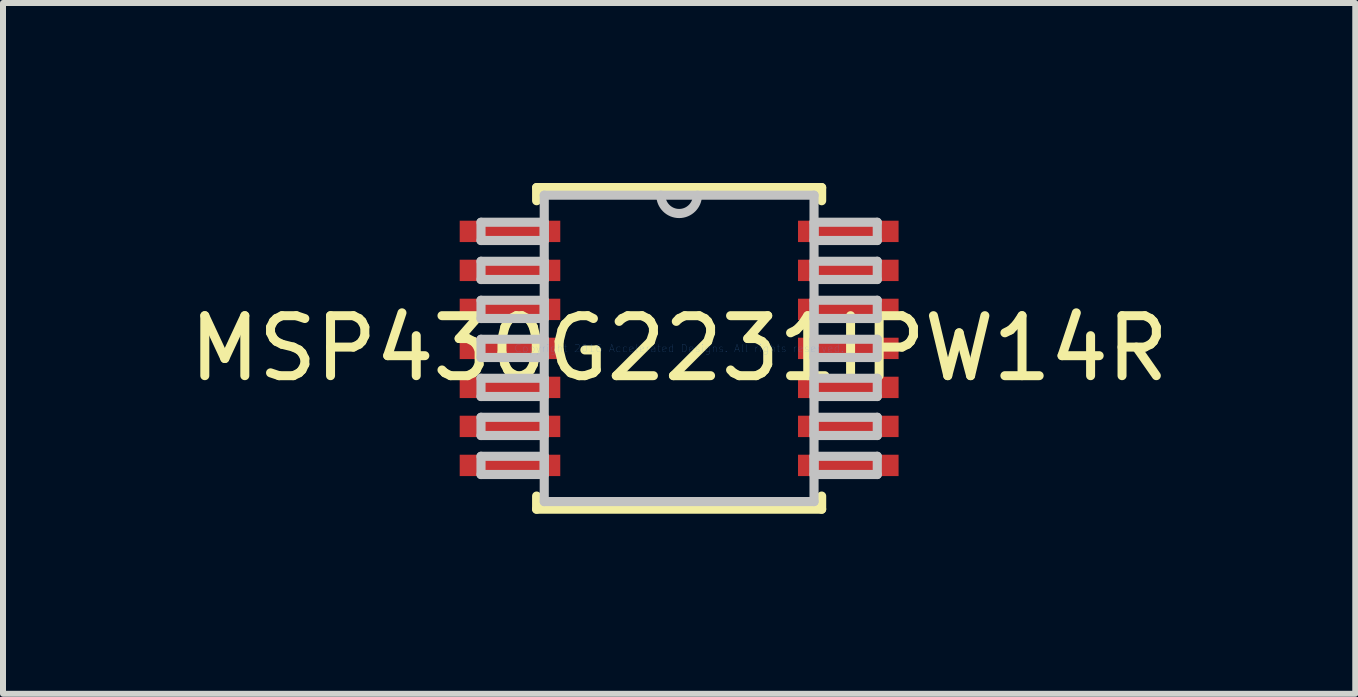
<source format=kicad_pcb>
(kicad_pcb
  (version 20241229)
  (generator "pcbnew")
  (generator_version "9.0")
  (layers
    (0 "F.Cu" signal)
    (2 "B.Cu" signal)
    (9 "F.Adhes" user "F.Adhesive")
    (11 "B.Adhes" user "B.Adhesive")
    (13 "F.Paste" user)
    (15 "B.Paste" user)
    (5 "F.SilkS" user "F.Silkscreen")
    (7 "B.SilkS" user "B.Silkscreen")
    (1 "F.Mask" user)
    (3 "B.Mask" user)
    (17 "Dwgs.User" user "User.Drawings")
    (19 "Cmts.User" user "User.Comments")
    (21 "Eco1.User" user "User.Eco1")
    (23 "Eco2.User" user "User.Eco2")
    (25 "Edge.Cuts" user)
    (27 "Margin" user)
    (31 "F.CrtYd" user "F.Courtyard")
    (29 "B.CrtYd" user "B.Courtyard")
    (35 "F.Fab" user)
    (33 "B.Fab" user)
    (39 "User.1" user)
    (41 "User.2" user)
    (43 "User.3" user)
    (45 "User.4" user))
  (footprint "MSP430G2231IPW14R"
    (layer "F.Cu")
    (at 8.268 2.756)
    (property "Reference" "MSP430G2231IPW14R" (at 0 0 0) (layer "F.SilkS") (effects (font (size 1 1) (thickness 0.15))))
    (attr through_hole)
    (fp_line (start -2.375 -2.68) (end -2.375 -2.461) (stroke (width 0.152) (type solid)) (layer "F.SilkS"))
    (fp_line (start -2.375 2.461) (end -2.375 2.68) (stroke (width 0.152) (type solid)) (layer "F.SilkS"))
    (fp_line (start -2.375 2.68) (end 2.375 2.68) (stroke (width 0.152) (type solid)) (layer "F.SilkS"))
    (fp_line (start 2.375 -2.68) (end -2.375 -2.68) (stroke (width 0.152) (type solid)) (layer "F.SilkS"))
    (fp_line (start 2.375 -2.461) (end 2.375 -2.68) (stroke (width 0.152) (type solid)) (layer "F.SilkS"))
    (fp_line (start 2.375 2.68) (end 2.375 2.461) (stroke (width 0.152) (type solid)) (layer "F.SilkS"))
    (fp_line (start -3.302 -2.102) (end -3.302 -1.798) (stroke (width 0.152) (type solid)) (layer "Dwgs.User"))
    (fp_line (start -3.302 -1.798) (end -2.248 -1.798) (stroke (width 0.152) (type solid)) (layer "Dwgs.User"))
    (fp_line (start -3.302 -1.452) (end -3.302 -1.148) (stroke (width 0.152) (type solid)) (layer "Dwgs.User"))
    (fp_line (start -3.302 -1.148) (end -2.248 -1.148) (stroke (width 0.152) (type solid)) (layer "Dwgs.User"))
    (fp_line (start -3.302 -0.802) (end -3.302 -0.498) (stroke (width 0.152) (type solid)) (layer "Dwgs.User"))
    (fp_line (start -3.302 -0.498) (end -2.248 -0.498) (stroke (width 0.152) (type solid)) (layer "Dwgs.User"))
    (fp_line (start -3.302 -0.152) (end -3.302 0.152) (stroke (width 0.152) (type solid)) (layer "Dwgs.User"))
    (fp_line (start -3.302 0.152) (end -2.248 0.152) (stroke (width 0.152) (type solid)) (layer "Dwgs.User"))
    (fp_line (start -3.302 0.498) (end -3.302 0.802) (stroke (width 0.152) (type solid)) (layer "Dwgs.User"))
    (fp_line (start -3.302 0.802) (end -2.248 0.802) (stroke (width 0.152) (type solid)) (layer "Dwgs.User"))
    (fp_line (start -3.302 1.148) (end -3.302 1.452) (stroke (width 0.152) (type solid)) (layer "Dwgs.User"))
    (fp_line (start -3.302 1.452) (end -2.248 1.452) (stroke (width 0.152) (type solid)) (layer "Dwgs.User"))
    (fp_line (start -3.302 1.798) (end -3.302 2.102) (stroke (width 0.152) (type solid)) (layer "Dwgs.User"))
    (fp_line (start -3.302 2.102) (end -2.248 2.102) (stroke (width 0.152) (type solid)) (layer "Dwgs.User"))
    (fp_line (start -2.248 -2.553) (end -2.248 2.553) (stroke (width 0.152) (type solid)) (layer "Dwgs.User"))
    (fp_line (start -2.248 -2.102) (end -3.302 -2.102) (stroke (width 0.152) (type solid)) (layer "Dwgs.User"))
    (fp_line (start -2.248 -1.798) (end -2.248 -2.102) (stroke (width 0.152) (type solid)) (layer "Dwgs.User"))
    (fp_line (start -2.248 -1.452) (end -3.302 -1.452) (stroke (width 0.152) (type solid)) (layer "Dwgs.User"))
    (fp_line (start -2.248 -1.148) (end -2.248 -1.452) (stroke (width 0.152) (type solid)) (layer "Dwgs.User"))
    (fp_line (start -2.248 -0.802) (end -3.302 -0.802) (stroke (width 0.152) (type solid)) (layer "Dwgs.User"))
    (fp_line (start -2.248 -0.498) (end -2.248 -0.802) (stroke (width 0.152) (type solid)) (layer "Dwgs.User"))
    (fp_line (start -2.248 -0.152) (end -3.302 -0.152) (stroke (width 0.152) (type solid)) (layer "Dwgs.User"))
    (fp_line (start -2.248 0.152) (end -2.248 -0.152) (stroke (width 0.152) (type solid)) (layer "Dwgs.User"))
    (fp_line (start -2.248 0.498) (end -3.302 0.498) (stroke (width 0.152) (type solid)) (layer "Dwgs.User"))
    (fp_line (start -2.248 0.802) (end -2.248 0.498) (stroke (width 0.152) (type solid)) (layer "Dwgs.User"))
    (fp_line (start -2.248 1.148) (end -3.302 1.148) (stroke (width 0.152) (type solid)) (layer "Dwgs.User"))
    (fp_line (start -2.248 1.452) (end -2.248 1.148) (stroke (width 0.152) (type solid)) (layer "Dwgs.User"))
    (fp_line (start -2.248 1.798) (end -3.302 1.798) (stroke (width 0.152) (type solid)) (layer "Dwgs.User"))
    (fp_line (start -2.248 2.102) (end -2.248 1.798) (stroke (width 0.152) (type solid)) (layer "Dwgs.User"))
    (fp_line (start -2.248 2.553) (end 2.248 2.553) (stroke (width 0.152) (type solid)) (layer "Dwgs.User"))
    (fp_line (start 2.248 -2.553) (end -2.248 -2.553) (stroke (width 0.152) (type solid)) (layer "Dwgs.User"))
    (fp_line (start 2.248 -2.102) (end 2.248 -1.798) (stroke (width 0.152) (type solid)) (layer "Dwgs.User"))
    (fp_line (start 2.248 -1.798) (end 3.302 -1.798) (stroke (width 0.152) (type solid)) (layer "Dwgs.User"))
    (fp_line (start 2.248 -1.452) (end 2.248 -1.148) (stroke (width 0.152) (type solid)) (layer "Dwgs.User"))
    (fp_line (start 2.248 -1.148) (end 3.302 -1.148) (stroke (width 0.152) (type solid)) (layer "Dwgs.User"))
    (fp_line (start 2.248 -0.802) (end 2.248 -0.498) (stroke (width 0.152) (type solid)) (layer "Dwgs.User"))
    (fp_line (start 2.248 -0.498) (end 3.302 -0.498) (stroke (width 0.152) (type solid)) (layer "Dwgs.User"))
    (fp_line (start 2.248 -0.152) (end 2.248 0.152) (stroke (width 0.152) (type solid)) (layer "Dwgs.User"))
    (fp_line (start 2.248 0.152) (end 3.302 0.152) (stroke (width 0.152) (type solid)) (layer "Dwgs.User"))
    (fp_line (start 2.248 0.498) (end 2.248 0.802) (stroke (width 0.152) (type solid)) (layer "Dwgs.User"))
    (fp_line (start 2.248 0.802) (end 3.302 0.802) (stroke (width 0.152) (type solid)) (layer "Dwgs.User"))
    (fp_line (start 2.248 1.148) (end 2.248 1.452) (stroke (width 0.152) (type solid)) (layer "Dwgs.User"))
    (fp_line (start 2.248 1.452) (end 3.302 1.452) (stroke (width 0.152) (type solid)) (layer "Dwgs.User"))
    (fp_line (start 2.248 1.798) (end 2.248 2.102) (stroke (width 0.152) (type solid)) (layer "Dwgs.User"))
    (fp_line (start 2.248 2.102) (end 3.302 2.102) (stroke (width 0.152) (type solid)) (layer "Dwgs.User"))
    (fp_line (start 2.248 2.553) (end 2.248 -2.553) (stroke (width 0.152) (type solid)) (layer "Dwgs.User"))
    (fp_line (start 3.302 -2.102) (end 2.248 -2.102) (stroke (width 0.152) (type solid)) (layer "Dwgs.User"))
    (fp_line (start 3.302 -1.798) (end 3.302 -2.102) (stroke (width 0.152) (type solid)) (layer "Dwgs.User"))
    (fp_line (start 3.302 -1.452) (end 2.248 -1.452) (stroke (width 0.152) (type solid)) (layer "Dwgs.User"))
    (fp_line (start 3.302 -1.148) (end 3.302 -1.452) (stroke (width 0.152) (type solid)) (layer "Dwgs.User"))
    (fp_line (start 3.302 -0.802) (end 2.248 -0.802) (stroke (width 0.152) (type solid)) (layer "Dwgs.User"))
    (fp_line (start 3.302 -0.498) (end 3.302 -0.802) (stroke (width 0.152) (type solid)) (layer "Dwgs.User"))
    (fp_line (start 3.302 -0.152) (end 2.248 -0.152) (stroke (width 0.152) (type solid)) (layer "Dwgs.User"))
    (fp_line (start 3.302 0.152) (end 3.302 -0.152) (stroke (width 0.152) (type solid)) (layer "Dwgs.User"))
    (fp_line (start 3.302 0.498) (end 2.248 0.498) (stroke (width 0.152) (type solid)) (layer "Dwgs.User"))
    (fp_line (start 3.302 0.802) (end 3.302 0.498) (stroke (width 0.152) (type solid)) (layer "Dwgs.User"))
    (fp_line (start 3.302 1.148) (end 2.248 1.148) (stroke (width 0.152) (type solid)) (layer "Dwgs.User"))
    (fp_line (start 3.302 1.452) (end 3.302 1.148) (stroke (width 0.152) (type solid)) (layer "Dwgs.User"))
    (fp_line (start 3.302 1.798) (end 2.248 1.798) (stroke (width 0.152) (type solid)) (layer "Dwgs.User"))
    (fp_line (start 3.302 2.102) (end 3.302 1.798) (stroke (width 0.152) (type solid)) (layer "Dwgs.User"))
    (fp_arc (start 0.3048 -2.5527) (mid 0 -2.2479) (end -0.3048 -2.5527) (stroke (width 0.1524) (type solid)) (layer "Dwgs.User"))
    (fp_text user "Copyright 2016 Accelerated Designs. All rights reserved." (at 0 0 0) (layer "Cmts.User") (effects (font (size 0.127 0.127) (thickness 0.002))))
    (pad "1" smd rect (at -2.819 -1.95) (size 1.676 0.356) (layers "F.Cu"))
    (pad "2" smd rect (at -2.819 -1.3) (size 1.676 0.356) (layers "F.Cu"))
    (pad "3" smd rect (at -2.819 -0.65) (size 1.676 0.356) (layers "F.Cu"))
    (pad "4" smd rect (at -2.819 0) (size 1.676 0.356) (layers "F.Cu"))
    (pad "5" smd rect (at -2.819 0.65) (size 1.676 0.356) (layers "F.Cu"))
    (pad "6" smd rect (at -2.819 1.3) (size 1.676 0.356) (layers "F.Cu"))
    (pad "7" smd rect (at -2.819 1.95) (size 1.676 0.356) (layers "F.Cu"))
    (pad "8" smd rect (at 2.819 1.95) (size 1.676 0.356) (layers "F.Cu"))
    (pad "9" smd rect (at 2.819 1.3) (size 1.676 0.356) (layers "F.Cu"))
    (pad "10" smd rect (at 2.819 0.65) (size 1.676 0.356) (layers "F.Cu"))
    (pad "11" smd rect (at 2.819 0) (size 1.676 0.356) (layers "F.Cu"))
    (pad "12" smd rect (at 2.819 -0.65) (size 1.676 0.356) (layers "F.Cu"))
    (pad "13" smd rect (at 2.819 -1.3) (size 1.676 0.356) (layers "F.Cu"))
    (pad "14" smd rect (at 2.819 -1.95) (size 1.676 0.356) (layers "F.Cu")))
  (gr_rect
    (start -3 -3)
    (end 19.536 8.512)
    (stroke (width 0.1) (type default))
    (fill no)
    (layer "Edge.Cuts")))
</source>
